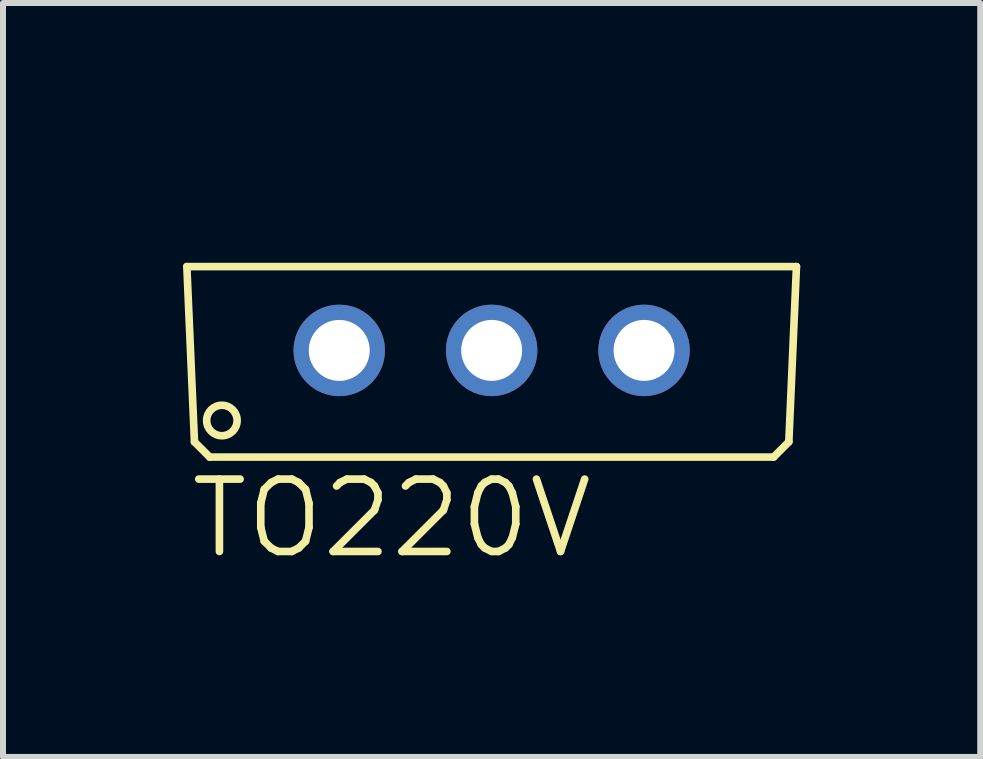
<source format=kicad_pcb>
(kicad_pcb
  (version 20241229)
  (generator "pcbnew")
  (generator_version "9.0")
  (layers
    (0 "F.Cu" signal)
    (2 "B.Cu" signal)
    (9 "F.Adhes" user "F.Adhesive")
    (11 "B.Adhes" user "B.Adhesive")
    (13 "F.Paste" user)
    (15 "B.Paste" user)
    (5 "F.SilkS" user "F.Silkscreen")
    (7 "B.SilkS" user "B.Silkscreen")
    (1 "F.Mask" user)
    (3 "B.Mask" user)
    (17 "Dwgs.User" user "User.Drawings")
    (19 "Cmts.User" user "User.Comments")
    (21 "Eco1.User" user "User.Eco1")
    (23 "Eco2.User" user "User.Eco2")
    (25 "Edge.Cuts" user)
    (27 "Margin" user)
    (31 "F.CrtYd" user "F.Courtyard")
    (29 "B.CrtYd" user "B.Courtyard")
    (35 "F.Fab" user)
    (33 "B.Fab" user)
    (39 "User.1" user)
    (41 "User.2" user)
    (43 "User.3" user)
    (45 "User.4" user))
  (footprint "TO220V"
    (layer "F.Cu")
    (at 5.144 0.25)
    (property "Reference" "TO220V" (at -5.08 6.045 0) (layer "F.SilkS") (effects (font (size 1.206 1.206) (thickness 0.127)) (justify left bottom)))
    (attr through_hole)
    (fp_line (start -5.08 1.143) (end 5.08 1.143) (stroke (width 0.127) (type solid)) (layer "F.SilkS"))
    (fp_line (start -4.953 4.064) (end -5.08 1.143) (stroke (width 0.127) (type solid)) (layer "F.SilkS"))
    (fp_line (start -4.953 4.064) (end -4.699 4.318) (stroke (width 0.127) (type solid)) (layer "F.SilkS"))
    (fp_line (start 4.699 4.318) (end -4.699 4.318) (stroke (width 0.127) (type solid)) (layer "F.SilkS"))
    (fp_line (start 4.699 4.318) (end 4.953 4.064) (stroke (width 0.127) (type solid)) (layer "F.SilkS"))
    (fp_line (start 5.08 1.143) (end 4.953 4.064) (stroke (width 0.127) (type solid)) (layer "F.SilkS"))
    (fp_circle (center -4.496 3.708) (end -4.242 3.708) (stroke (width 0.127) (type solid)) (fill no) (layer "F.SilkS"))
    (pad "1" thru_hole circle (at -2.54 2.54 90) (size 1.524 1.524) (drill 1.016) (layers "*.Cu" "*.Mask"))
    (pad "2" thru_hole circle (at 0 2.54 90) (size 1.524 1.524) (drill 1.016) (layers "*.Cu" "*.Mask"))
    (pad "3" thru_hole circle (at 2.54 2.54 90) (size 1.524 1.524) (drill 1.016) (layers "*.Cu" "*.Mask")))
  (gr_rect
    (start -3 -3)
    (end 13.287 9.565)
    (stroke (width 0.1) (type default))
    (fill no)
    (layer "Edge.Cuts")))
</source>
